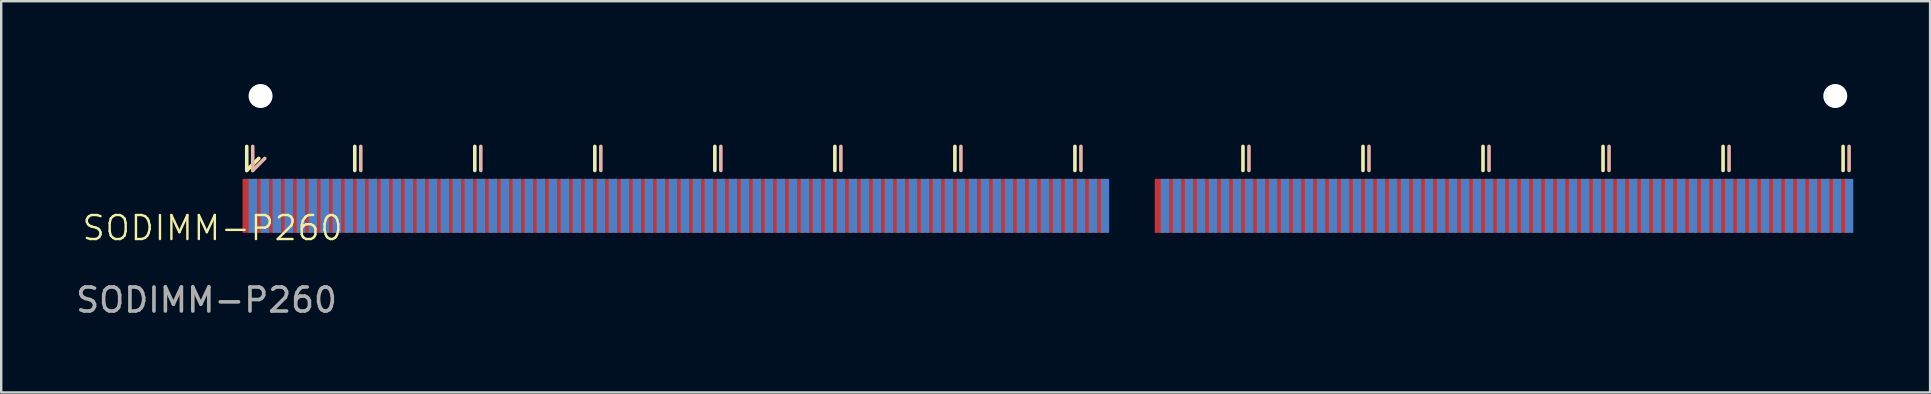
<source format=kicad_pcb>
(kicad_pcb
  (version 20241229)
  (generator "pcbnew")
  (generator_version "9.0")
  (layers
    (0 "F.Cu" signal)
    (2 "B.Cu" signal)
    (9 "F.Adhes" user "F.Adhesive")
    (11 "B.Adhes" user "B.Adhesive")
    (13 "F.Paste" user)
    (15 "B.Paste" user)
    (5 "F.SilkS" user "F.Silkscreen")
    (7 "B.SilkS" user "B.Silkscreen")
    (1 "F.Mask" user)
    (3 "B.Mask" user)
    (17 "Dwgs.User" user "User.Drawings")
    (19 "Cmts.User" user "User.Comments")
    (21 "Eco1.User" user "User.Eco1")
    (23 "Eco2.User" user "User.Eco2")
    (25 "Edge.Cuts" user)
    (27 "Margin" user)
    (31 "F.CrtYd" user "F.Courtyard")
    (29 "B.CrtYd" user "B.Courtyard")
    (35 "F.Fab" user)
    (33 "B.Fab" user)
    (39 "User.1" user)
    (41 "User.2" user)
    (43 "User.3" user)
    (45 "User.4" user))
  (footprint "SODIMM-P260"
    (layer "F.Cu")
    (at 5.804 6.95)
    (property "Reference" "SODIMM-P260" (at 0 -0.5 0) (unlocked yes) (layer "F.SilkS") (effects (font (size 1 1) (thickness 0.1))))
    (fp_line (start 1.425 -2.9) (end 1.425 -3.9) (stroke (width 0.15) (type default)) (layer "F.SilkS"))
    (fp_line (start 1.425 -2.9) (end 1.925 -3.4) (stroke (width 0.15) (type default)) (layer "F.SilkS"))
    (fp_line (start 5.925 -2.9) (end 5.925 -3.9) (stroke (width 0.15) (type default)) (layer "F.SilkS"))
    (fp_line (start 10.925 -2.9) (end 10.925 -3.9) (stroke (width 0.15) (type default)) (layer "F.SilkS"))
    (fp_line (start 15.925 -2.9) (end 15.925 -3.9) (stroke (width 0.15) (type default)) (layer "F.SilkS"))
    (fp_line (start 20.925 -2.9) (end 20.925 -3.9) (stroke (width 0.15) (type default)) (layer "F.SilkS"))
    (fp_line (start 25.925 -2.9) (end 25.925 -3.9) (stroke (width 0.15) (type default)) (layer "F.SilkS"))
    (fp_line (start 30.925 -2.9) (end 30.925 -3.9) (stroke (width 0.15) (type default)) (layer "F.SilkS"))
    (fp_line (start 35.925 -2.9) (end 35.925 -3.9) (stroke (width 0.15) (type default)) (layer "F.SilkS"))
    (fp_line (start 42.925 -2.9) (end 42.925 -3.9) (stroke (width 0.15) (type default)) (layer "F.SilkS"))
    (fp_line (start 47.925 -2.9) (end 47.925 -3.9) (stroke (width 0.15) (type default)) (layer "F.SilkS"))
    (fp_line (start 52.925 -2.9) (end 52.925 -3.9) (stroke (width 0.15) (type default)) (layer "F.SilkS"))
    (fp_line (start 57.925 -2.9) (end 57.925 -3.9) (stroke (width 0.15) (type default)) (layer "F.SilkS"))
    (fp_line (start 62.925 -2.9) (end 62.925 -3.9) (stroke (width 0.15) (type default)) (layer "F.SilkS"))
    (fp_line (start 67.925 -2.9) (end 67.925 -3.9) (stroke (width 0.15) (type default)) (layer "F.SilkS"))
    (fp_line (start 1.675 -2.9) (end 1.675 -3.9) (stroke (width 0.15) (type default)) (layer "B.SilkS"))
    (fp_line (start 1.675 -2.9) (end 2.175 -3.4) (stroke (width 0.15) (type default)) (layer "B.SilkS"))
    (fp_line (start 6.175 -2.9) (end 6.175 -3.9) (stroke (width 0.15) (type default)) (layer "B.SilkS"))
    (fp_line (start 11.175 -2.9) (end 11.175 -3.9) (stroke (width 0.15) (type default)) (layer "B.SilkS"))
    (fp_line (start 16.175 -2.9) (end 16.175 -3.9) (stroke (width 0.15) (type default)) (layer "B.SilkS"))
    (fp_line (start 21.175 -2.9) (end 21.175 -3.9) (stroke (width 0.15) (type default)) (layer "B.SilkS"))
    (fp_line (start 26.175 -2.9) (end 26.175 -3.9) (stroke (width 0.15) (type default)) (layer "B.SilkS"))
    (fp_line (start 31.175 -2.9) (end 31.175 -3.9) (stroke (width 0.15) (type default)) (layer "B.SilkS"))
    (fp_line (start 36.175 -2.9) (end 36.175 -3.9) (stroke (width 0.15) (type default)) (layer "B.SilkS"))
    (fp_line (start 43.175 -2.9) (end 43.175 -3.9) (stroke (width 0.15) (type default)) (layer "B.SilkS"))
    (fp_line (start 48.175 -2.9) (end 48.175 -3.9) (stroke (width 0.15) (type default)) (layer "B.SilkS"))
    (fp_line (start 53.175 -2.9) (end 53.175 -3.9) (stroke (width 0.15) (type default)) (layer "B.SilkS"))
    (fp_line (start 58.175 -2.9) (end 58.175 -3.9) (stroke (width 0.15) (type default)) (layer "B.SilkS"))
    (fp_line (start 63.175 -2.9) (end 63.175 -3.9) (stroke (width 0.15) (type default)) (layer "B.SilkS"))
    (fp_line (start 68.175 -2.9) (end 68.175 -3.9) (stroke (width 0.15) (type default)) (layer "B.SilkS"))
    (fp_text user "${REFERENCE}" (at -0.25 2.5 0) (unlocked yes) (layer "F.Fab") (effects (font (size 1 1) (thickness 0.15))))
    (pad "" np_thru_hole circle (at 2 -6) (size 1 1) (drill 1.9) (layers "*.Cu" "*.Mask"))
    (pad "" np_thru_hole circle (at 67.6 -6) (size 1 1) (drill 1.9) (layers "*.Cu" "*.Mask"))
    (pad "1" connect rect (at 1.425 -1.425) (size 0.35 2.25) (layers "F.Cu" "F.Mask"))
    (pad "2" connect rect (at 1.675 -1.425) (size 0.35 2.25) (layers "B.Cu" "B.Mask"))
    (pad "3" connect rect (at 1.925 -1.425) (size 0.35 2.25) (layers "F.Cu" "F.Mask"))
    (pad "4" connect rect (at 2.175 -1.425) (size 0.35 2.25) (layers "B.Cu" "B.Mask"))
    (pad "5" connect rect (at 2.425 -1.425) (size 0.35 2.25) (layers "F.Cu" "F.Mask"))
    (pad "6" connect rect (at 2.675 -1.425) (size 0.35 2.25) (layers "B.Cu" "B.Mask"))
    (pad "7" connect rect (at 2.925 -1.425) (size 0.35 2.25) (layers "F.Cu" "F.Mask"))
    (pad "8" connect rect (at 3.175 -1.425) (size 0.35 2.25) (layers "B.Cu" "B.Mask"))
    (pad "9" connect rect (at 3.425 -1.425) (size 0.35 2.25) (layers "F.Cu" "F.Mask"))
    (pad "10" connect rect (at 3.675 -1.425) (size 0.35 2.25) (layers "B.Cu" "B.Mask"))
    (pad "11" connect rect (at 3.925 -1.425) (size 0.35 2.25) (layers "F.Cu" "F.Mask"))
    (pad "12" connect rect (at 4.175 -1.425) (size 0.35 2.25) (layers "B.Cu" "B.Mask"))
    (pad "13" connect rect (at 4.425 -1.425) (size 0.35 2.25) (layers "F.Cu" "F.Mask"))
    (pad "14" connect rect (at 4.675 -1.425) (size 0.35 2.25) (layers "B.Cu" "B.Mask"))
    (pad "15" connect rect (at 4.925 -1.425) (size 0.35 2.25) (layers "F.Cu" "F.Mask"))
    (pad "16" connect rect (at 5.175 -1.425) (size 0.35 2.25) (layers "B.Cu" "B.Mask"))
    (pad "17" connect rect (at 5.425 -1.425) (size 0.35 2.25) (layers "F.Cu" "F.Mask"))
    (pad "18" connect rect (at 5.675 -1.425) (size 0.35 2.25) (layers "B.Cu" "B.Mask"))
    (pad "19" connect rect (at 5.925 -1.425) (size 0.35 2.25) (layers "F.Cu" "F.Mask"))
    (pad "20" connect rect (at 6.175 -1.425) (size 0.35 2.25) (layers "B.Cu" "B.Mask"))
    (pad "21" connect rect (at 6.425 -1.425) (size 0.35 2.25) (layers "F.Cu" "F.Mask"))
    (pad "22" connect rect (at 6.675 -1.425) (size 0.35 2.25) (layers "B.Cu" "B.Mask"))
    (pad "23" connect rect (at 6.925 -1.425) (size 0.35 2.25) (layers "F.Cu" "F.Mask"))
    (pad "24" connect rect (at 7.175 -1.425) (size 0.35 2.25) (layers "B.Cu" "B.Mask"))
    (pad "25" connect rect (at 7.425 -1.425) (size 0.35 2.25) (layers "F.Cu" "F.Mask"))
    (pad "26" connect rect (at 7.675 -1.425) (size 0.35 2.25) (layers "B.Cu" "B.Mask"))
    (pad "27" connect rect (at 7.925 -1.425) (size 0.35 2.25) (layers "F.Cu" "F.Mask"))
    (pad "28" connect rect (at 8.175 -1.425) (size 0.35 2.25) (layers "B.Cu" "B.Mask"))
    (pad "29" connect rect (at 8.425 -1.425) (size 0.35 2.25) (layers "F.Cu" "F.Mask"))
    (pad "30" connect rect (at 8.675 -1.425) (size 0.35 2.25) (layers "B.Cu" "B.Mask"))
    (pad "31" connect rect (at 8.925 -1.425) (size 0.35 2.25) (layers "F.Cu" "F.Mask"))
    (pad "32" connect rect (at 9.175 -1.425) (size 0.35 2.25) (layers "B.Cu" "B.Mask"))
    (pad "33" connect rect (at 9.425 -1.425) (size 0.35 2.25) (layers "F.Cu" "F.Mask"))
    (pad "34" connect rect (at 9.675 -1.425) (size 0.35 2.25) (layers "B.Cu" "B.Mask"))
    (pad "35" connect rect (at 9.925 -1.425) (size 0.35 2.25) (layers "F.Cu" "F.Mask"))
    (pad "36" connect rect (at 10.175 -1.425) (size 0.35 2.25) (layers "B.Cu" "B.Mask"))
    (pad "37" connect rect (at 10.425 -1.425) (size 0.35 2.25) (layers "F.Cu" "F.Mask"))
    (pad "38" connect rect (at 10.675 -1.425) (size 0.35 2.25) (layers "B.Cu" "B.Mask"))
    (pad "39" connect rect (at 10.925 -1.425) (size 0.35 2.25) (layers "F.Cu" "F.Mask"))
    (pad "40" connect rect (at 11.175 -1.425) (size 0.35 2.25) (layers "B.Cu" "B.Mask"))
    (pad "41" connect rect (at 11.425 -1.425) (size 0.35 2.25) (layers "F.Cu" "F.Mask"))
    (pad "42" connect rect (at 11.675 -1.425) (size 0.35 2.25) (layers "B.Cu" "B.Mask"))
    (pad "43" connect rect (at 11.925 -1.425) (size 0.35 2.25) (layers "F.Cu" "F.Mask"))
    (pad "44" connect rect (at 12.175 -1.425) (size 0.35 2.25) (layers "B.Cu" "B.Mask"))
    (pad "45" connect rect (at 12.425 -1.425) (size 0.35 2.25) (layers "F.Cu" "F.Mask"))
    (pad "46" connect rect (at 12.675 -1.425) (size 0.35 2.25) (layers "B.Cu" "B.Mask"))
    (pad "47" connect rect (at 12.925 -1.425) (size 0.35 2.25) (layers "F.Cu" "F.Mask"))
    (pad "48" connect rect (at 13.175 -1.425) (size 0.35 2.25) (layers "B.Cu" "B.Mask"))
    (pad "49" connect rect (at 13.425 -1.425) (size 0.35 2.25) (layers "F.Cu" "F.Mask"))
    (pad "50" connect rect (at 13.675 -1.425) (size 0.35 2.25) (layers "B.Cu" "B.Mask"))
    (pad "51" connect rect (at 13.925 -1.425) (size 0.35 2.25) (layers "F.Cu" "F.Mask"))
    (pad "52" connect rect (at 14.175 -1.425) (size 0.35 2.25) (layers "B.Cu" "B.Mask"))
    (pad "53" connect rect (at 14.425 -1.425) (size 0.35 2.25) (layers "F.Cu" "F.Mask"))
    (pad "54" connect rect (at 14.675 -1.425) (size 0.35 2.25) (layers "B.Cu" "B.Mask"))
    (pad "55" connect rect (at 14.925 -1.425) (size 0.35 2.25) (layers "F.Cu" "F.Mask"))
    (pad "56" connect rect (at 15.175 -1.425) (size 0.35 2.25) (layers "B.Cu" "B.Mask"))
    (pad "57" connect rect (at 15.425 -1.425) (size 0.35 2.25) (layers "F.Cu" "F.Mask"))
    (pad "58" connect rect (at 15.675 -1.425) (size 0.35 2.25) (layers "B.Cu" "B.Mask"))
    (pad "59" connect rect (at 15.925 -1.425) (size 0.35 2.25) (layers "F.Cu" "F.Mask"))
    (pad "60" connect rect (at 16.175 -1.425) (size 0.35 2.25) (layers "B.Cu" "B.Mask"))
    (pad "61" connect rect (at 16.425 -1.425) (size 0.35 2.25) (layers "F.Cu" "F.Mask"))
    (pad "62" connect rect (at 16.675 -1.425) (size 0.35 2.25) (layers "B.Cu" "B.Mask"))
    (pad "63" connect rect (at 16.925 -1.425) (size 0.35 2.25) (layers "F.Cu" "F.Mask"))
    (pad "64" connect rect (at 17.175 -1.425) (size 0.35 2.25) (layers "B.Cu" "B.Mask"))
    (pad "65" connect rect (at 17.425 -1.425) (size 0.35 2.25) (layers "F.Cu" "F.Mask"))
    (pad "66" connect rect (at 17.675 -1.425) (size 0.35 2.25) (layers "B.Cu" "B.Mask"))
    (pad "67" connect rect (at 17.925 -1.425) (size 0.35 2.25) (layers "F.Cu" "F.Mask"))
    (pad "68" connect rect (at 18.175 -1.425) (size 0.35 2.25) (layers "B.Cu" "B.Mask"))
    (pad "69" connect rect (at 18.425 -1.425) (size 0.35 2.25) (layers "F.Cu" "F.Mask"))
    (pad "70" connect rect (at 18.675 -1.425) (size 0.35 2.25) (layers "B.Cu" "B.Mask"))
    (pad "71" connect rect (at 18.925 -1.425) (size 0.35 2.25) (layers "F.Cu" "F.Mask"))
    (pad "72" connect rect (at 19.175 -1.425) (size 0.35 2.25) (layers "B.Cu" "B.Mask"))
    (pad "73" connect rect (at 19.425 -1.425) (size 0.35 2.25) (layers "F.Cu" "F.Mask"))
    (pad "74" connect rect (at 19.675 -1.425) (size 0.35 2.25) (layers "B.Cu" "B.Mask"))
    (pad "75" connect rect (at 19.925 -1.425) (size 0.35 2.25) (layers "F.Cu" "F.Mask"))
    (pad "76" connect rect (at 20.175 -1.425) (size 0.35 2.25) (layers "B.Cu" "B.Mask"))
    (pad "77" connect rect (at 20.425 -1.425) (size 0.35 2.25) (layers "F.Cu" "F.Mask"))
    (pad "78" connect rect (at 20.675 -1.425) (size 0.35 2.25) (layers "B.Cu" "B.Mask"))
    (pad "79" connect rect (at 20.925 -1.425) (size 0.35 2.25) (layers "F.Cu" "F.Mask"))
    (pad "80" connect rect (at 21.175 -1.425) (size 0.35 2.25) (layers "B.Cu" "B.Mask"))
    (pad "81" connect rect (at 21.425 -1.425) (size 0.35 2.25) (layers "F.Cu" "F.Mask"))
    (pad "82" connect rect (at 21.675 -1.425) (size 0.35 2.25) (layers "B.Cu" "B.Mask"))
    (pad "83" connect rect (at 21.925 -1.425) (size 0.35 2.25) (layers "F.Cu" "F.Mask"))
    (pad "84" connect rect (at 22.175 -1.425) (size 0.35 2.25) (layers "B.Cu" "B.Mask"))
    (pad "85" connect rect (at 22.425 -1.425) (size 0.35 2.25) (layers "F.Cu" "F.Mask"))
    (pad "86" connect rect (at 22.675 -1.425) (size 0.35 2.25) (layers "B.Cu" "B.Mask"))
    (pad "87" connect rect (at 22.925 -1.425) (size 0.35 2.25) (layers "F.Cu" "F.Mask"))
    (pad "88" connect rect (at 23.175 -1.425) (size 0.35 2.25) (layers "B.Cu" "B.Mask"))
    (pad "89" connect rect (at 23.425 -1.425) (size 0.35 2.25) (layers "F.Cu" "F.Mask"))
    (pad "90" connect rect (at 23.675 -1.425) (size 0.35 2.25) (layers "B.Cu" "B.Mask"))
    (pad "91" connect rect (at 23.925 -1.425) (size 0.35 2.25) (layers "F.Cu" "F.Mask"))
    (pad "92" connect rect (at 24.175 -1.425) (size 0.35 2.25) (layers "B.Cu" "B.Mask"))
    (pad "93" connect rect (at 24.425 -1.425) (size 0.35 2.25) (layers "F.Cu" "F.Mask"))
    (pad "94" connect rect (at 24.675 -1.425) (size 0.35 2.25) (layers "B.Cu" "B.Mask"))
    (pad "95" connect rect (at 24.925 -1.425) (size 0.35 2.25) (layers "F.Cu" "F.Mask"))
    (pad "96" connect rect (at 25.175 -1.425) (size 0.35 2.25) (layers "B.Cu" "B.Mask"))
    (pad "97" connect rect (at 25.425 -1.425) (size 0.35 2.25) (layers "F.Cu" "F.Mask"))
    (pad "98" connect rect (at 25.675 -1.425) (size 0.35 2.25) (layers "B.Cu" "B.Mask"))
    (pad "99" connect rect (at 25.925 -1.425) (size 0.35 2.25) (layers "F.Cu" "F.Mask"))
    (pad "100" connect rect (at 26.175 -1.425) (size 0.35 2.25) (layers "B.Cu" "B.Mask"))
    (pad "101" connect rect (at 26.425 -1.425) (size 0.35 2.25) (layers "F.Cu" "F.Mask"))
    (pad "102" connect rect (at 26.675 -1.425) (size 0.35 2.25) (layers "B.Cu" "B.Mask"))
    (pad "103" connect rect (at 26.925 -1.425) (size 0.35 2.25) (layers "F.Cu" "F.Mask"))
    (pad "104" connect rect (at 27.175 -1.425) (size 0.35 2.25) (layers "B.Cu" "B.Mask"))
    (pad "105" connect rect (at 27.425 -1.425) (size 0.35 2.25) (layers "F.Cu" "F.Mask"))
    (pad "106" connect rect (at 27.675 -1.425) (size 0.35 2.25) (layers "B.Cu" "B.Mask"))
    (pad "107" connect rect (at 27.925 -1.425) (size 0.35 2.25) (layers "F.Cu" "F.Mask"))
    (pad "108" connect rect (at 28.175 -1.425) (size 0.35 2.25) (layers "B.Cu" "B.Mask"))
    (pad "109" connect rect (at 28.425 -1.425) (size 0.35 2.25) (layers "F.Cu" "F.Mask"))
    (pad "110" connect rect (at 28.675 -1.425) (size 0.35 2.25) (layers "B.Cu" "B.Mask"))
    (pad "111" connect rect (at 28.925 -1.425) (size 0.35 2.25) (layers "F.Cu" "F.Mask"))
    (pad "112" connect rect (at 29.175 -1.425) (size 0.35 2.25) (layers "B.Cu" "B.Mask"))
    (pad "113" connect rect (at 29.425 -1.425) (size 0.35 2.25) (layers "F.Cu" "F.Mask"))
    (pad "114" connect rect (at 29.675 -1.425) (size 0.35 2.25) (layers "B.Cu" "B.Mask"))
    (pad "115" connect rect (at 29.925 -1.425) (size 0.35 2.25) (layers "F.Cu" "F.Mask"))
    (pad "116" connect rect (at 30.175 -1.425) (size 0.35 2.25) (layers "B.Cu" "B.Mask"))
    (pad "117" connect rect (at 30.425 -1.425) (size 0.35 2.25) (layers "F.Cu" "F.Mask"))
    (pad "118" connect rect (at 30.675 -1.425) (size 0.35 2.25) (layers "B.Cu" "B.Mask"))
    (pad "119" connect rect (at 30.925 -1.425) (size 0.35 2.25) (layers "F.Cu" "F.Mask"))
    (pad "120" connect rect (at 31.175 -1.425) (size 0.35 2.25) (layers "B.Cu" "B.Mask"))
    (pad "121" connect rect (at 31.425 -1.425) (size 0.35 2.25) (layers "F.Cu" "F.Mask"))
    (pad "122" connect rect (at 31.675 -1.425) (size 0.35 2.25) (layers "B.Cu" "B.Mask"))
    (pad "123" connect rect (at 31.925 -1.425) (size 0.35 2.25) (layers "F.Cu" "F.Mask"))
    (pad "124" connect rect (at 32.175 -1.425) (size 0.35 2.25) (layers "B.Cu" "B.Mask"))
    (pad "125" connect rect (at 32.425 -1.425) (size 0.35 2.25) (layers "F.Cu" "F.Mask"))
    (pad "126" connect rect (at 32.675 -1.425) (size 0.35 2.25) (layers "B.Cu" "B.Mask"))
    (pad "127" connect rect (at 32.925 -1.425) (size 0.35 2.25) (layers "F.Cu" "F.Mask"))
    (pad "128" connect rect (at 33.175 -1.425) (size 0.35 2.25) (layers "B.Cu" "B.Mask"))
    (pad "129" connect rect (at 33.425 -1.425) (size 0.35 2.25) (layers "F.Cu" "F.Mask"))
    (pad "130" connect rect (at 33.675 -1.425) (size 0.35 2.25) (layers "B.Cu" "B.Mask"))
    (pad "131" connect rect (at 33.925 -1.425) (size 0.35 2.25) (layers "F.Cu" "F.Mask"))
    (pad "132" connect rect (at 34.175 -1.425) (size 0.35 2.25) (layers "B.Cu" "B.Mask"))
    (pad "133" connect rect (at 34.425 -1.425) (size 0.35 2.25) (layers "F.Cu" "F.Mask"))
    (pad "134" connect rect (at 34.675 -1.425) (size 0.35 2.25) (layers "B.Cu" "B.Mask"))
    (pad "135" connect rect (at 34.925 -1.425) (size 0.35 2.25) (layers "F.Cu" "F.Mask"))
    (pad "136" connect rect (at 35.175 -1.425) (size 0.35 2.25) (layers "B.Cu" "B.Mask"))
    (pad "137" connect rect (at 35.425 -1.425) (size 0.35 2.25) (layers "F.Cu" "F.Mask"))
    (pad "138" connect rect (at 35.675 -1.425) (size 0.35 2.25) (layers "B.Cu" "B.Mask"))
    (pad "139" connect rect (at 35.925 -1.425) (size 0.35 2.25) (layers "F.Cu" "F.Mask"))
    (pad "140" connect rect (at 36.175 -1.425) (size 0.35 2.25) (layers "B.Cu" "B.Mask"))
    (pad "141" connect rect (at 36.425 -1.425) (size 0.35 2.25) (layers "F.Cu" "F.Mask"))
    (pad "142" connect rect (at 36.675 -1.425) (size 0.35 2.25) (layers "B.Cu" "B.Mask"))
    (pad "143" connect rect (at 36.925 -1.425) (size 0.35 2.25) (layers "F.Cu" "F.Mask"))
    (pad "144" connect rect (at 37.175 -1.425) (size 0.35 2.25) (layers "B.Cu" "B.Mask"))
    (pad "145" connect rect (at 39.425 -1.425) (size 0.35 2.25) (layers "F.Cu" "F.Mask"))
    (pad "146" connect rect (at 39.675 -1.425) (size 0.35 2.25) (layers "B.Cu" "B.Mask"))
    (pad "147" connect rect (at 39.925 -1.425) (size 0.35 2.25) (layers "F.Cu" "F.Mask"))
    (pad "148" connect rect (at 40.175 -1.425) (size 0.35 2.25) (layers "B.Cu" "B.Mask"))
    (pad "149" connect rect (at 40.425 -1.425) (size 0.35 2.25) (layers "F.Cu" "F.Mask"))
    (pad "150" connect rect (at 40.675 -1.425) (size 0.35 2.25) (layers "B.Cu" "B.Mask"))
    (pad "151" connect rect (at 40.925 -1.425) (size 0.35 2.25) (layers "F.Cu" "F.Mask"))
    (pad "152" connect rect (at 41.175 -1.425) (size 0.35 2.25) (layers "B.Cu" "B.Mask"))
    (pad "153" connect rect (at 41.425 -1.425) (size 0.35 2.25) (layers "F.Cu" "F.Mask"))
    (pad "154" connect rect (at 41.675 -1.425) (size 0.35 2.25) (layers "B.Cu" "B.Mask"))
    (pad "155" connect rect (at 41.925 -1.425) (size 0.35 2.25) (layers "F.Cu" "F.Mask"))
    (pad "156" connect rect (at 42.175 -1.425) (size 0.35 2.25) (layers "B.Cu" "B.Mask"))
    (pad "157" connect rect (at 42.425 -1.425) (size 0.35 2.25) (layers "F.Cu" "F.Mask"))
    (pad "158" connect rect (at 42.675 -1.425) (size 0.35 2.25) (layers "B.Cu" "B.Mask"))
    (pad "159" connect rect (at 42.925 -1.425) (size 0.35 2.25) (layers "F.Cu" "F.Mask"))
    (pad "160" connect rect (at 43.175 -1.425) (size 0.35 2.25) (layers "B.Cu" "B.Mask"))
    (pad "161" connect rect (at 43.425 -1.425) (size 0.35 2.25) (layers "F.Cu" "F.Mask"))
    (pad "162" connect rect (at 43.675 -1.425) (size 0.35 2.25) (layers "B.Cu" "B.Mask"))
    (pad "163" connect rect (at 43.925 -1.425) (size 0.35 2.25) (layers "F.Cu" "F.Mask"))
    (pad "164" connect rect (at 44.175 -1.425) (size 0.35 2.25) (layers "B.Cu" "B.Mask"))
    (pad "165" connect rect (at 44.425 -1.425) (size 0.35 2.25) (layers "F.Cu" "F.Mask"))
    (pad "166" connect rect (at 44.675 -1.425) (size 0.35 2.25) (layers "B.Cu" "B.Mask"))
    (pad "167" connect rect (at 44.925 -1.425) (size 0.35 2.25) (layers "F.Cu" "F.Mask"))
    (pad "168" connect rect (at 45.175 -1.425) (size 0.35 2.25) (layers "B.Cu" "B.Mask"))
    (pad "169" connect rect (at 45.425 -1.425) (size 0.35 2.25) (layers "F.Cu" "F.Mask"))
    (pad "170" connect rect (at 45.675 -1.425) (size 0.35 2.25) (layers "B.Cu" "B.Mask"))
    (pad "171" connect rect (at 45.925 -1.425) (size 0.35 2.25) (layers "F.Cu" "F.Mask"))
    (pad "172" connect rect (at 46.175 -1.425) (size 0.35 2.25) (layers "B.Cu" "B.Mask"))
    (pad "173" connect rect (at 46.425 -1.425) (size 0.35 2.25) (layers "F.Cu" "F.Mask"))
    (pad "174" connect rect (at 46.675 -1.425) (size 0.35 2.25) (layers "B.Cu" "B.Mask"))
    (pad "175" connect rect (at 46.925 -1.425) (size 0.35 2.25) (layers "F.Cu" "F.Mask"))
    (pad "176" connect rect (at 47.175 -1.425) (size 0.35 2.25) (layers "B.Cu" "B.Mask"))
    (pad "177" connect rect (at 47.425 -1.425) (size 0.35 2.25) (layers "F.Cu" "F.Mask"))
    (pad "178" connect rect (at 47.675 -1.425) (size 0.35 2.25) (layers "B.Cu" "B.Mask"))
    (pad "179" connect rect (at 47.925 -1.425) (size 0.35 2.25) (layers "F.Cu" "F.Mask"))
    (pad "180" connect rect (at 48.175 -1.425) (size 0.35 2.25) (layers "B.Cu" "B.Mask"))
    (pad "181" connect rect (at 48.425 -1.425) (size 0.35 2.25) (layers "F.Cu" "F.Mask"))
    (pad "182" connect rect (at 48.675 -1.425) (size 0.35 2.25) (layers "B.Cu" "B.Mask"))
    (pad "183" connect rect (at 48.925 -1.425) (size 0.35 2.25) (layers "F.Cu" "F.Mask"))
    (pad "184" connect rect (at 49.175 -1.425) (size 0.35 2.25) (layers "B.Cu" "B.Mask"))
    (pad "185" connect rect (at 49.425 -1.425) (size 0.35 2.25) (layers "F.Cu" "F.Mask"))
    (pad "186" connect rect (at 49.675 -1.425) (size 0.35 2.25) (layers "B.Cu" "B.Mask"))
    (pad "187" connect rect (at 49.925 -1.425) (size 0.35 2.25) (layers "F.Cu" "F.Mask"))
    (pad "188" connect rect (at 50.175 -1.425) (size 0.35 2.25) (layers "B.Cu" "B.Mask"))
    (pad "189" connect rect (at 50.425 -1.425) (size 0.35 2.25) (layers "F.Cu" "F.Mask"))
    (pad "190" connect rect (at 50.675 -1.425) (size 0.35 2.25) (layers "B.Cu" "B.Mask"))
    (pad "191" connect rect (at 50.925 -1.425) (size 0.35 2.25) (layers "F.Cu" "F.Mask"))
    (pad "192" connect rect (at 51.175 -1.425) (size 0.35 2.25) (layers "B.Cu" "B.Mask"))
    (pad "193" connect rect (at 51.425 -1.425) (size 0.35 2.25) (layers "F.Cu" "F.Mask"))
    (pad "194" connect rect (at 51.675 -1.425) (size 0.35 2.25) (layers "B.Cu" "B.Mask"))
    (pad "195" connect rect (at 51.925 -1.425) (size 0.35 2.25) (layers "F.Cu" "F.Mask"))
    (pad "196" connect rect (at 52.175 -1.425) (size 0.35 2.25) (layers "B.Cu" "B.Mask"))
    (pad "197" connect rect (at 52.425 -1.425) (size 0.35 2.25) (layers "F.Cu" "F.Mask"))
    (pad "198" connect rect (at 52.675 -1.425) (size 0.35 2.25) (layers "B.Cu" "B.Mask"))
    (pad "199" connect rect (at 52.925 -1.425) (size 0.35 2.25) (layers "F.Cu" "F.Mask"))
    (pad "200" connect rect (at 53.175 -1.425) (size 0.35 2.25) (layers "B.Cu" "B.Mask"))
    (pad "201" connect rect (at 53.425 -1.425) (size 0.35 2.25) (layers "F.Cu" "F.Mask"))
    (pad "202" connect rect (at 53.675 -1.425) (size 0.35 2.25) (layers "B.Cu" "B.Mask"))
    (pad "203" connect rect (at 53.925 -1.425) (size 0.35 2.25) (layers "F.Cu" "F.Mask"))
    (pad "204" connect rect (at 54.175 -1.425) (size 0.35 2.25) (layers "B.Cu" "B.Mask"))
    (pad "205" connect rect (at 54.425 -1.425) (size 0.35 2.25) (layers "F.Cu" "F.Mask"))
    (pad "206" connect rect (at 54.675 -1.425) (size 0.35 2.25) (layers "B.Cu" "B.Mask"))
    (pad "207" connect rect (at 54.925 -1.425) (size 0.35 2.25) (layers "F.Cu" "F.Mask"))
    (pad "208" connect rect (at 55.175 -1.425) (size 0.35 2.25) (layers "B.Cu" "B.Mask"))
    (pad "209" connect rect (at 55.425 -1.425) (size 0.35 2.25) (layers "F.Cu" "F.Mask"))
    (pad "210" connect rect (at 55.675 -1.425) (size 0.35 2.25) (layers "B.Cu" "B.Mask"))
    (pad "211" connect rect (at 55.925 -1.425) (size 0.35 2.25) (layers "F.Cu" "F.Mask"))
    (pad "212" connect rect (at 56.175 -1.425) (size 0.35 2.25) (layers "B.Cu" "B.Mask"))
    (pad "213" connect rect (at 56.425 -1.425) (size 0.35 2.25) (layers "F.Cu" "F.Mask"))
    (pad "214" connect rect (at 56.675 -1.425) (size 0.35 2.25) (layers "B.Cu" "B.Mask"))
    (pad "215" connect rect (at 56.925 -1.425) (size 0.35 2.25) (layers "F.Cu" "F.Mask"))
    (pad "216" connect rect (at 57.175 -1.425) (size 0.35 2.25) (layers "B.Cu" "B.Mask"))
    (pad "217" connect rect (at 57.425 -1.425) (size 0.35 2.25) (layers "F.Cu" "F.Mask"))
    (pad "218" connect rect (at 57.675 -1.425) (size 0.35 2.25) (layers "B.Cu" "B.Mask"))
    (pad "219" connect rect (at 57.925 -1.425) (size 0.35 2.25) (layers "F.Cu" "F.Mask"))
    (pad "220" connect rect (at 58.175 -1.425) (size 0.35 2.25) (layers "B.Cu" "B.Mask"))
    (pad "221" connect rect (at 58.425 -1.425) (size 0.35 2.25) (layers "F.Cu" "F.Mask"))
    (pad "222" connect rect (at 58.675 -1.425) (size 0.35 2.25) (layers "B.Cu" "B.Mask"))
    (pad "223" connect rect (at 58.925 -1.425) (size 0.35 2.25) (layers "F.Cu" "F.Mask"))
    (pad "224" connect rect (at 59.175 -1.425) (size 0.35 2.25) (layers "B.Cu" "B.Mask"))
    (pad "225" connect rect (at 59.425 -1.425) (size 0.35 2.25) (layers "F.Cu" "F.Mask"))
    (pad "226" connect rect (at 59.675 -1.425) (size 0.35 2.25) (layers "B.Cu" "B.Mask"))
    (pad "227" connect rect (at 59.925 -1.425) (size 0.35 2.25) (layers "F.Cu" "F.Mask"))
    (pad "228" connect rect (at 60.175 -1.425) (size 0.35 2.25) (layers "B.Cu" "B.Mask"))
    (pad "229" connect rect (at 60.425 -1.425) (size 0.35 2.25) (layers "F.Cu" "F.Mask"))
    (pad "230" connect rect (at 60.675 -1.425) (size 0.35 2.25) (layers "B.Cu" "B.Mask"))
    (pad "231" connect rect (at 60.925 -1.425) (size 0.35 2.25) (layers "F.Cu" "F.Mask"))
    (pad "232" connect rect (at 61.175 -1.425) (size 0.35 2.25) (layers "B.Cu" "B.Mask"))
    (pad "233" connect rect (at 61.425 -1.425) (size 0.35 2.25) (layers "F.Cu" "F.Mask"))
    (pad "234" connect rect (at 61.675 -1.425) (size 0.35 2.25) (layers "B.Cu" "B.Mask"))
    (pad "235" connect rect (at 61.925 -1.425) (size 0.35 2.25) (layers "F.Cu" "F.Mask"))
    (pad "236" connect rect (at 62.175 -1.425) (size 0.35 2.25) (layers "B.Cu" "B.Mask"))
    (pad "237" connect rect (at 62.425 -1.425) (size 0.35 2.25) (layers "F.Cu" "F.Mask"))
    (pad "238" connect rect (at 62.675 -1.425) (size 0.35 2.25) (layers "B.Cu" "B.Mask"))
    (pad "239" connect rect (at 62.925 -1.425) (size 0.35 2.25) (layers "F.Cu" "F.Mask"))
    (pad "240" connect rect (at 63.175 -1.425) (size 0.35 2.25) (layers "B.Cu" "B.Mask"))
    (pad "241" connect rect (at 63.425 -1.425) (size 0.35 2.25) (layers "F.Cu" "F.Mask"))
    (pad "242" connect rect (at 63.675 -1.425) (size 0.35 2.25) (layers "B.Cu" "B.Mask"))
    (pad "243" connect rect (at 63.925 -1.425) (size 0.35 2.25) (layers "F.Cu" "F.Mask"))
    (pad "244" connect rect (at 64.175 -1.425) (size 0.35 2.25) (layers "B.Cu" "B.Mask"))
    (pad "245" connect rect (at 64.425 -1.425) (size 0.35 2.25) (layers "F.Cu" "F.Mask"))
    (pad "246" connect rect (at 64.675 -1.425) (size 0.35 2.25) (layers "B.Cu" "B.Mask"))
    (pad "247" connect rect (at 64.925 -1.425) (size 0.35 2.25) (layers "F.Cu" "F.Mask"))
    (pad "248" connect rect (at 65.175 -1.425) (size 0.35 2.25) (layers "B.Cu" "B.Mask"))
    (pad "249" connect rect (at 65.425 -1.425) (size 0.35 2.25) (layers "F.Cu" "F.Mask"))
    (pad "250" connect rect (at 65.675 -1.425) (size 0.35 2.25) (layers "B.Cu" "B.Mask"))
    (pad "251" connect rect (at 65.925 -1.425) (size 0.35 2.25) (layers "F.Cu" "F.Mask"))
    (pad "252" connect rect (at 66.175 -1.425) (size 0.35 2.25) (layers "B.Cu" "B.Mask"))
    (pad "253" connect rect (at 66.425 -1.425) (size 0.35 2.25) (layers "F.Cu" "F.Mask"))
    (pad "254" connect rect (at 66.675 -1.425) (size 0.35 2.25) (layers "B.Cu" "B.Mask"))
    (pad "255" connect rect (at 66.925 -1.425) (size 0.35 2.25) (layers "F.Cu" "F.Mask"))
    (pad "256" connect rect (at 67.175 -1.425) (size 0.35 2.25) (layers "B.Cu" "B.Mask"))
    (pad "257" connect rect (at 67.425 -1.425) (size 0.35 2.25) (layers "F.Cu" "F.Mask"))
    (pad "258" connect rect (at 67.675 -1.425) (size 0.35 2.25) (layers "B.Cu" "B.Mask"))
    (pad "259" connect rect (at 67.925 -1.425) (size 0.35 2.25) (layers "F.Cu" "F.Mask"))
    (pad "260" connect rect (at 68.175 -1.425) (size 0.35 2.25) (layers "B.Cu" "B.Mask")))
  (gr_rect
    (start -3 -3)
    (end 77.354 13.298)
    (stroke (width 0.1) (type default))
    (fill no)
    (layer "Edge.Cuts")))
</source>
